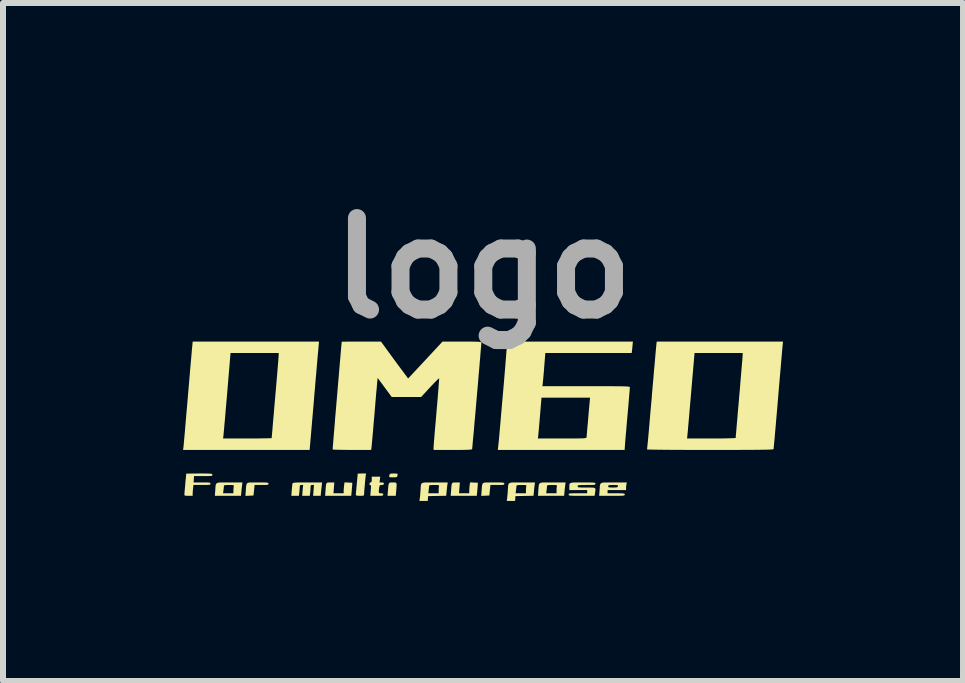
<source format=kicad_pcb>
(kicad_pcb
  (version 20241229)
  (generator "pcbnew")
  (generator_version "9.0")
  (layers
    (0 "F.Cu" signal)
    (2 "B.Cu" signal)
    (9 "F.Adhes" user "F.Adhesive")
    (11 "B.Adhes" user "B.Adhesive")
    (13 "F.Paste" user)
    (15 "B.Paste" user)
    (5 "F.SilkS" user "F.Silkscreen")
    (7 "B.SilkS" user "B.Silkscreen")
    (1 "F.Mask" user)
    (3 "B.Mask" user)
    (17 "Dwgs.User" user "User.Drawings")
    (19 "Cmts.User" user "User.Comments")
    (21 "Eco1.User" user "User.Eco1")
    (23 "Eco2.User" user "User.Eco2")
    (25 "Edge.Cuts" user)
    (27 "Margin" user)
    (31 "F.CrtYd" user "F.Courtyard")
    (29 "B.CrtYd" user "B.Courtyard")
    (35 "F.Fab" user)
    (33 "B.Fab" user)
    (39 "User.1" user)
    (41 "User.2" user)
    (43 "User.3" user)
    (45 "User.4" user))
  (footprint "logo"
    (layer "F.Cu")
    (at 5.002 3.958)
    (property "Reference" "logo" (at 0 -2.54 0) (layer "F.Fab") (effects (font (size 1.524 1.524) (thickness 0.3))))
    (attr board_only exclude_from_pos_files exclude_from_bom)
    (fp_poly (pts (xy -1.461 1.032) (xy -1.45 1.04) (xy -1.444 1.056) (xy -1.444 1.084) (xy -1.447 1.128) (xy -1.451 1.172) (xy -1.458 1.253) (xy -1.595 1.253) (xy -1.588 1.16) (xy -1.583 1.106) (xy -1.579 1.069) (xy -1.572 1.047) (xy -1.561 1.035) (xy -1.544 1.031) (xy -1.518 1.03) (xy -1.507 1.03) (xy -1.48 1.03)) (stroke (width 0) (type solid)) (fill yes) (layer "F.SilkS"))
    (fp_poly (pts (xy -1.453 0.882) (xy -1.433 0.885) (xy -1.426 0.891) (xy -1.427 0.898) (xy -1.433 0.922) (xy -1.434 0.93) (xy -1.439 0.939) (xy -1.457 0.943) (xy -1.493 0.945) (xy -1.504 0.945) (xy -1.541 0.944) (xy -1.562 0.942) (xy -1.569 0.936) (xy -1.567 0.928) (xy -1.562 0.904) (xy -1.561 0.896) (xy -1.556 0.888) (xy -1.537 0.883) (xy -1.502 0.881) (xy -1.491 0.881)) (stroke (width 0) (type solid)) (fill yes) (layer "F.SilkS"))
    (fp_poly (pts (xy -2.247 1.032) (xy -2.182 1.035) (xy -2.184 1.072) (xy -2.186 1.103) (xy -2.19 1.145) (xy -2.193 1.181) (xy -2.2 1.253) (xy -2.635 1.253) (xy -2.628 1.16) (xy -2.624 1.106) (xy -2.62 1.069) (xy -2.613 1.047) (xy -2.602 1.035) (xy -2.584 1.031) (xy -2.557 1.03) (xy -2.546 1.03) (xy -2.482 1.03) (xy -2.489 1.12) (xy -2.496 1.211) (xy -2.326 1.211) (xy -2.326 1.17) (xy -2.324 1.132) (xy -2.32 1.09) (xy -2.319 1.079) (xy -2.312 1.029)) (stroke (width 0) (type solid)) (fill yes) (layer "F.SilkS"))
    (fp_poly (pts (xy -0.155 1.032) (xy -0.09 1.035) (xy -0.092 1.072) (xy -0.094 1.103) (xy -0.098 1.145) (xy -0.101 1.181) (xy -0.108 1.253) (xy -0.543 1.253) (xy -0.536 1.16) (xy -0.532 1.106) (xy -0.528 1.069) (xy -0.521 1.047) (xy -0.51 1.035) (xy -0.492 1.031) (xy -0.466 1.03) (xy -0.454 1.03) (xy -0.39 1.03) (xy -0.397 1.12) (xy -0.404 1.211) (xy -0.234 1.211) (xy -0.234 1.17) (xy -0.232 1.132) (xy -0.228 1.09) (xy -0.227 1.079) (xy -0.22 1.029)) (stroke (width 0) (type solid)) (fill yes) (layer "F.SilkS"))
    (fp_poly (pts (xy -3.761 1.03) (xy -3.758 1.03) (xy -3.693 1.03) (xy -3.645 1.031) (xy -3.613 1.032) (xy -3.594 1.035) (xy -3.583 1.039) (xy -3.579 1.045) (xy -3.579 1.051) (xy -3.58 1.061) (xy -3.586 1.067) (xy -3.602 1.07) (xy -3.63 1.072) (xy -3.674 1.072) (xy -3.694 1.072) (xy -3.81 1.072) (xy -3.819 1.16) (xy -3.828 1.248) (xy -3.895 1.251) (xy -3.963 1.254) (xy -3.956 1.161) (xy -3.953 1.114) (xy -3.949 1.08) (xy -3.943 1.056) (xy -3.931 1.041) (xy -3.91 1.033) (xy -3.876 1.03) (xy -3.828 1.03)) (stroke (width 0) (type solid)) (fill yes) (layer "F.SilkS"))
    (fp_poly (pts (xy 0.168 1.03) (xy 0.171 1.03) (xy 0.236 1.03) (xy 0.284 1.031) (xy 0.316 1.032) (xy 0.335 1.035) (xy 0.346 1.039) (xy 0.35 1.045) (xy 0.35 1.051) (xy 0.349 1.061) (xy 0.343 1.067) (xy 0.327 1.07) (xy 0.299 1.072) (xy 0.255 1.072) (xy 0.235 1.072) (xy 0.119 1.072) (xy 0.11 1.16) (xy 0.101 1.248) (xy 0.034 1.251) (xy -0.034 1.254) (xy -0.027 1.161) (xy -0.024 1.114) (xy -0.02 1.08) (xy -0.014 1.056) (xy -0.002 1.041) (xy 0.019 1.033) (xy 0.053 1.03) (xy 0.101 1.03)) (stroke (width 0) (type solid)) (fill yes) (layer "F.SilkS"))
    (fp_poly (pts (xy -1.959 0.921) (xy -1.963 0.951) (xy -1.967 0.993) (xy -1.972 1.044) (xy -1.976 1.098) (xy -1.981 1.149) (xy -1.984 1.192) (xy -1.985 1.222) (xy -1.986 1.229) (xy -1.987 1.242) (xy -1.995 1.249) (xy -2.014 1.252) (xy -2.049 1.253) (xy -2.055 1.253) (xy -2.096 1.251) (xy -2.118 1.246) (xy -2.124 1.24) (xy -2.123 1.225) (xy -2.12 1.193) (xy -2.116 1.148) (xy -2.111 1.093) (xy -2.108 1.057) (xy -2.102 0.999) (xy -2.098 0.95) (xy -2.094 0.912) (xy -2.092 0.889) (xy -2.092 0.884) (xy -2.082 0.883) (xy -2.057 0.882) (xy -2.023 0.881) (xy -1.954 0.881)) (stroke (width 0) (type solid)) (fill yes) (layer "F.SilkS"))
    (fp_poly (pts (xy -4.295 1.03) (xy -4.23 1.03) (xy -4.012 1.03) (xy -4.018 1.07) (xy -4.022 1.102) (xy -4.027 1.145) (xy -4.03 1.181) (xy -4.037 1.253) (xy -4.472 1.253) (xy -4.469 1.211) (xy -4.335 1.211) (xy -4.163 1.211) (xy -4.163 1.158) (xy -4.161 1.124) (xy -4.158 1.097) (xy -4.156 1.089) (xy -4.156 1.081) (xy -4.164 1.076) (xy -4.186 1.073) (xy -4.225 1.073) (xy -4.236 1.072) (xy -4.279 1.073) (xy -4.304 1.075) (xy -4.317 1.08) (xy -4.322 1.088) (xy -4.322 1.092) (xy -4.323 1.115) (xy -4.327 1.147) (xy -4.329 1.161) (xy -4.335 1.211) (xy -4.469 1.211) (xy -4.465 1.16) (xy -4.463 1.117) (xy -4.46 1.084) (xy -4.455 1.061) (xy -4.444 1.046) (xy -4.426 1.036) (xy -4.397 1.031) (xy -4.354 1.03)) (stroke (width 0) (type solid)) (fill yes) (layer "F.SilkS"))
    (fp_poly (pts (xy 1.088 1.03) (xy 1.154 1.03) (xy 1.372 1.03) (xy 1.366 1.07) (xy 1.362 1.102) (xy 1.357 1.145) (xy 1.354 1.181) (xy 1.347 1.253) (xy 0.911 1.253) (xy 0.915 1.211) (xy 1.048 1.211) (xy 1.221 1.211) (xy 1.221 1.158) (xy 1.222 1.124) (xy 1.226 1.097) (xy 1.228 1.089) (xy 1.228 1.081) (xy 1.219 1.076) (xy 1.198 1.073) (xy 1.159 1.073) (xy 1.148 1.072) (xy 1.105 1.073) (xy 1.079 1.075) (xy 1.066 1.08) (xy 1.062 1.088) (xy 1.062 1.092) (xy 1.06 1.115) (xy 1.057 1.147) (xy 1.055 1.161) (xy 1.048 1.211) (xy 0.915 1.211) (xy 0.918 1.16) (xy 0.921 1.117) (xy 0.924 1.084) (xy 0.929 1.061) (xy 0.939 1.046) (xy 0.958 1.036) (xy 0.987 1.031) (xy 1.03 1.03)) (stroke (width 0) (type solid)) (fill yes) (layer "F.SilkS"))
    (fp_poly (pts (xy -2.691 1.08) (xy -2.696 1.122) (xy -2.701 1.169) (xy -2.703 1.192) (xy -2.709 1.253) (xy -2.835 1.253) (xy -2.828 1.163) (xy -2.821 1.072) (xy -2.85 1.072) (xy -2.868 1.075) (xy -2.876 1.085) (xy -2.878 1.111) (xy -2.878 1.113) (xy -2.879 1.151) (xy -2.883 1.193) (xy -2.884 1.204) (xy -2.891 1.253) (xy -3.017 1.253) (xy -3.01 1.163) (xy -3.002 1.072) (xy -3.03 1.072) (xy -3.05 1.075) (xy -3.057 1.088) (xy -3.058 1.107) (xy -3.06 1.138) (xy -3.063 1.178) (xy -3.065 1.197) (xy -3.072 1.253) (xy -3.198 1.253) (xy -3.191 1.16) (xy -3.187 1.116) (xy -3.183 1.078) (xy -3.18 1.053) (xy -3.179 1.049) (xy -3.176 1.043) (xy -3.168 1.038) (xy -3.154 1.035) (xy -3.13 1.033) (xy -3.094 1.031) (xy -3.044 1.03) (xy -2.976 1.03) (xy -2.93 1.03) (xy -2.686 1.03)) (stroke (width 0) (type solid)) (fill yes) (layer "F.SilkS"))
    (fp_poly (pts (xy -1.728 1.03) (xy -1.692 1.03) (xy -1.667 1.033) (xy -1.657 1.043) (xy -1.657 1.051) (xy -1.661 1.066) (xy -1.678 1.072) (xy -1.692 1.072) (xy -1.714 1.074) (xy -1.726 1.082) (xy -1.732 1.101) (xy -1.735 1.122) (xy -1.74 1.165) (xy -1.741 1.191) (xy -1.736 1.205) (xy -1.723 1.21) (xy -1.704 1.211) (xy -1.679 1.213) (xy -1.668 1.222) (xy -1.667 1.232) (xy -1.669 1.241) (xy -1.675 1.248) (xy -1.692 1.251) (xy -1.721 1.253) (xy -1.767 1.253) (xy -1.775 1.253) (xy -1.882 1.253) (xy -1.875 1.163) (xy -1.871 1.119) (xy -1.871 1.092) (xy -1.874 1.078) (xy -1.88 1.073) (xy -1.885 1.072) (xy -1.898 1.067) (xy -1.897 1.056) (xy -1.891 1.039) (xy -1.89 1.034) (xy -1.881 1.031) (xy -1.874 1.03) (xy -1.864 1.024) (xy -1.859 1.002) (xy -1.858 0.982) (xy -1.858 0.934) (xy -1.717 0.934)) (stroke (width 0) (type solid)) (fill yes) (layer "F.SilkS"))
    (fp_poly (pts (xy -0.876 1.03) (xy -0.811 1.03) (xy -0.593 1.03) (xy -0.598 1.07) (xy -0.603 1.102) (xy -0.607 1.145) (xy -0.611 1.181) (xy -0.618 1.252) (xy -0.768 1.255) (xy -0.919 1.258) (xy -0.922 1.298) (xy -0.925 1.338) (xy -1.064 1.338) (xy -1.058 1.298) (xy -1.054 1.269) (xy -1.05 1.227) (xy -1.049 1.211) (xy -0.916 1.211) (xy -0.743 1.211) (xy -0.743 1.158) (xy -0.742 1.124) (xy -0.739 1.097) (xy -0.737 1.089) (xy -0.736 1.081) (xy -0.745 1.076) (xy -0.767 1.073) (xy -0.805 1.073) (xy -0.817 1.072) (xy -0.859 1.073) (xy -0.885 1.075) (xy -0.898 1.08) (xy -0.902 1.088) (xy -0.903 1.092) (xy -0.904 1.115) (xy -0.908 1.147) (xy -0.909 1.161) (xy -0.916 1.211) (xy -1.049 1.211) (xy -1.047 1.178) (xy -1.045 1.163) (xy -1.043 1.119) (xy -1.041 1.086) (xy -1.036 1.062) (xy -1.025 1.046) (xy -1.007 1.036) (xy -0.978 1.031) (xy -0.935 1.03)) (stroke (width 0) (type solid)) (fill yes) (layer "F.SilkS"))
    (fp_poly (pts (xy 0.578 1.03) (xy 0.644 1.03) (xy 0.862 1.03) (xy 0.856 1.07) (xy 0.852 1.102) (xy 0.847 1.145) (xy 0.844 1.181) (xy 0.837 1.252) (xy 0.687 1.255) (xy 0.536 1.258) (xy 0.533 1.298) (xy 0.53 1.338) (xy 0.391 1.338) (xy 0.397 1.298) (xy 0.4 1.269) (xy 0.404 1.227) (xy 0.406 1.211) (xy 0.539 1.211) (xy 0.711 1.211) (xy 0.711 1.158) (xy 0.713 1.124) (xy 0.716 1.097) (xy 0.718 1.089) (xy 0.718 1.081) (xy 0.71 1.076) (xy 0.688 1.073) (xy 0.649 1.073) (xy 0.638 1.072) (xy 0.595 1.073) (xy 0.57 1.075) (xy 0.557 1.08) (xy 0.552 1.088) (xy 0.552 1.092) (xy 0.551 1.115) (xy 0.547 1.147) (xy 0.545 1.161) (xy 0.539 1.211) (xy 0.406 1.211) (xy 0.408 1.178) (xy 0.409 1.163) (xy 0.412 1.119) (xy 0.414 1.086) (xy 0.419 1.062) (xy 0.429 1.046) (xy 0.448 1.036) (xy 0.477 1.031) (xy 0.52 1.03)) (stroke (width 0) (type solid)) (fill yes) (layer "F.SilkS"))
    (fp_poly (pts (xy -4.657 0.881) (xy -4.603 0.882) (xy -4.564 0.883) (xy -4.538 0.885) (xy -4.523 0.888) (xy -4.516 0.892) (xy -4.513 0.898) (xy -4.513 0.903) (xy -4.514 0.911) (xy -4.519 0.917) (xy -4.532 0.92) (xy -4.556 0.923) (xy -4.594 0.924) (xy -4.648 0.924) (xy -4.666 0.924) (xy -4.819 0.924) (xy -4.823 0.977) (xy -4.826 1.03) (xy -4.686 1.03) (xy -4.629 1.03) (xy -4.589 1.031) (xy -4.565 1.033) (xy -4.551 1.037) (xy -4.546 1.043) (xy -4.545 1.051) (xy -4.546 1.06) (xy -4.552 1.066) (xy -4.565 1.069) (xy -4.59 1.071) (xy -4.629 1.072) (xy -4.686 1.072) (xy -4.829 1.072) (xy -4.835 1.128) (xy -4.839 1.168) (xy -4.842 1.205) (xy -4.842 1.218) (xy -4.842 1.253) (xy -4.911 1.253) (xy -4.949 1.252) (xy -4.97 1.249) (xy -4.979 1.242) (xy -4.98 1.234) (xy -4.979 1.22) (xy -4.977 1.189) (xy -4.973 1.146) (xy -4.968 1.095) (xy -4.964 1.042) (xy -4.959 0.989) (xy -4.954 0.942) (xy -4.951 0.905) (xy -4.949 0.884) (xy -4.938 0.883) (xy -4.91 0.883) (xy -4.867 0.882) (xy -4.812 0.882) (xy -4.748 0.881) (xy -4.731 0.881)) (stroke (width 0) (type solid)) (fill yes) (layer "F.SilkS"))
    (fp_poly (pts (xy 2.108 1.03) (xy 2.174 1.03) (xy 2.392 1.03) (xy 2.385 1.063) (xy 2.38 1.098) (xy 2.379 1.127) (xy 2.379 1.157) (xy 2.071 1.157) (xy 2.071 1.211) (xy 2.214 1.211) (xy 2.272 1.211) (xy 2.311 1.212) (xy 2.336 1.214) (xy 2.35 1.217) (xy 2.356 1.223) (xy 2.357 1.231) (xy 2.357 1.232) (xy 2.357 1.239) (xy 2.352 1.244) (xy 2.342 1.248) (xy 2.322 1.251) (xy 2.291 1.252) (xy 2.245 1.253) (xy 2.183 1.253) (xy 2.144 1.253) (xy 1.931 1.253) (xy 1.938 1.16) (xy 1.941 1.117) (xy 1.942 1.094) (xy 2.081 1.094) (xy 2.083 1.105) (xy 2.092 1.111) (xy 2.112 1.114) (xy 2.147 1.115) (xy 2.16 1.115) (xy 2.2 1.114) (xy 2.225 1.112) (xy 2.238 1.106) (xy 2.243 1.095) (xy 2.244 1.094) (xy 2.245 1.083) (xy 2.239 1.077) (xy 2.223 1.074) (xy 2.191 1.073) (xy 2.165 1.072) (xy 2.123 1.073) (xy 2.098 1.075) (xy 2.086 1.08) (xy 2.082 1.088) (xy 2.081 1.094) (xy 1.942 1.094) (xy 1.943 1.084) (xy 1.948 1.061) (xy 1.959 1.046) (xy 1.977 1.036) (xy 2.006 1.031) (xy 2.049 1.03)) (stroke (width 0) (type solid)) (fill yes) (layer "F.SilkS"))
    (fp_poly (pts (xy 1.658 1.03) (xy 1.73 1.03) (xy 1.783 1.031) (xy 1.821 1.032) (xy 1.845 1.034) (xy 1.86 1.037) (xy 1.867 1.041) (xy 1.869 1.048) (xy 1.869 1.051) (xy 1.868 1.06) (xy 1.862 1.065) (xy 1.849 1.069) (xy 1.825 1.071) (xy 1.787 1.072) (xy 1.731 1.072) (xy 1.72 1.072) (xy 1.661 1.073) (xy 1.621 1.073) (xy 1.594 1.075) (xy 1.58 1.079) (xy 1.573 1.084) (xy 1.572 1.092) (xy 1.572 1.094) (xy 1.573 1.102) (xy 1.578 1.108) (xy 1.591 1.112) (xy 1.615 1.114) (xy 1.654 1.115) (xy 1.709 1.115) (xy 1.72 1.115) (xy 1.781 1.115) (xy 1.823 1.116) (xy 1.849 1.119) (xy 1.864 1.128) (xy 1.869 1.142) (xy 1.868 1.166) (xy 1.863 1.199) (xy 1.862 1.204) (xy 1.855 1.253) (xy 1.639 1.253) (xy 1.566 1.253) (xy 1.512 1.253) (xy 1.473 1.251) (xy 1.448 1.25) (xy 1.433 1.247) (xy 1.426 1.242) (xy 1.423 1.236) (xy 1.423 1.232) (xy 1.424 1.223) (xy 1.429 1.218) (xy 1.442 1.214) (xy 1.466 1.212) (xy 1.503 1.211) (xy 1.558 1.211) (xy 1.577 1.211) (xy 1.731 1.211) (xy 1.731 1.157) (xy 1.434 1.157) (xy 1.434 1.118) (xy 1.434 1.088) (xy 1.435 1.067) (xy 1.44 1.051) (xy 1.453 1.041) (xy 1.474 1.034) (xy 1.508 1.031) (xy 1.556 1.03) (xy 1.622 1.03)) (stroke (width 0) (type solid)) (fill yes) (layer "F.SilkS"))
    (fp_poly (pts (xy -2.742 -1.261) (xy -2.744 -1.242) (xy -2.747 -1.203) (xy -2.752 -1.147) (xy -2.759 -1.074) (xy -2.766 -0.988) (xy -2.775 -0.889) (xy -2.784 -0.779) (xy -2.795 -0.66) (xy -2.805 -0.533) (xy -2.817 -0.401) (xy -2.82 -0.358) (xy -2.893 0.488) (xy -5.002 0.488) (xy -4.996 0.449) (xy -4.994 0.432) (xy -4.991 0.396) (xy -4.986 0.342) (xy -4.982 0.297) (xy -4.335 0.297) (xy -3.93 0.297) (xy -3.84 0.297) (xy -3.757 0.297) (xy -3.683 0.296) (xy -3.62 0.295) (xy -3.572 0.294) (xy -3.539 0.293) (xy -3.526 0.292) (xy -3.525 0.292) (xy -3.525 0.28) (xy -3.522 0.25) (xy -3.518 0.201) (xy -3.512 0.137) (xy -3.506 0.059) (xy -3.498 -0.031) (xy -3.489 -0.131) (xy -3.48 -0.241) (xy -3.47 -0.357) (xy -3.467 -0.389) (xy -3.457 -0.507) (xy -3.447 -0.62) (xy -3.438 -0.725) (xy -3.43 -0.821) (xy -3.423 -0.906) (xy -3.417 -0.977) (xy -3.413 -1.033) (xy -3.41 -1.072) (xy -3.409 -1.093) (xy -3.409 -1.095) (xy -3.409 -1.126) (xy -4.211 -1.126) (xy -4.267 -0.459) (xy -4.277 -0.341) (xy -4.287 -0.228) (xy -4.296 -0.123) (xy -4.304 -0.026) (xy -4.312 0.059) (xy -4.318 0.132) (xy -4.324 0.189) (xy -4.327 0.229) (xy -4.329 0.251) (xy -4.33 0.252) (xy -4.335 0.297) (xy -4.982 0.297) (xy -4.98 0.272) (xy -4.972 0.188) (xy -4.964 0.091) (xy -4.955 -0.016) (xy -4.945 -0.133) (xy -4.934 -0.257) (xy -4.923 -0.386) (xy -4.922 -0.398) (xy -4.911 -0.529) (xy -4.9 -0.654) (xy -4.89 -0.772) (xy -4.881 -0.882) (xy -4.872 -0.981) (xy -4.864 -1.069) (xy -4.858 -1.142) (xy -4.853 -1.199) (xy -4.849 -1.239) (xy -4.847 -1.26) (xy -4.847 -1.261) (xy -4.841 -1.317) (xy -2.737 -1.317)) (stroke (width 0) (type solid)) (fill yes) (layer "F.SilkS"))
    (fp_poly (pts (xy 2.488 -1.266) (xy 2.484 -1.224) (xy 2.48 -1.18) (xy 2.478 -1.171) (xy 2.473 -1.126) (xy 1.034 -1.126) (xy 1.015 -0.895) (xy 1.01 -0.824) (xy 1.004 -0.757) (xy 0.999 -0.699) (xy 0.994 -0.654) (xy 0.991 -0.624) (xy 0.991 -0.619) (xy 0.985 -0.573) (xy 1.713 -0.573) (xy 1.856 -0.573) (xy 1.978 -0.573) (xy 2.082 -0.573) (xy 2.169 -0.573) (xy 2.241 -0.572) (xy 2.3 -0.572) (xy 2.345 -0.571) (xy 2.38 -0.569) (xy 2.405 -0.568) (xy 2.423 -0.566) (xy 2.434 -0.563) (xy 2.44 -0.56) (xy 2.442 -0.557) (xy 2.442 -0.554) (xy 2.441 -0.54) (xy 2.439 -0.506) (xy 2.435 -0.457) (xy 2.429 -0.393) (xy 2.423 -0.318) (xy 2.416 -0.234) (xy 2.408 -0.143) (xy 2.406 -0.121) (xy 2.397 -0.025) (xy 2.389 0.068) (xy 2.382 0.156) (xy 2.375 0.235) (xy 2.369 0.302) (xy 2.365 0.354) (xy 2.362 0.389) (xy 2.362 0.39) (xy 2.355 0.488) (xy 0.242 0.488) (xy 0.248 0.438) (xy 0.251 0.411) (xy 0.256 0.364) (xy 0.262 0.301) (xy 0.262 0.297) (xy 0.91 0.297) (xy 1.315 0.297) (xy 1.419 0.297) (xy 1.503 0.297) (xy 1.57 0.297) (xy 1.622 0.296) (xy 1.66 0.295) (xy 1.687 0.293) (xy 1.705 0.29) (xy 1.715 0.287) (xy 1.72 0.283) (xy 1.721 0.279) (xy 1.722 0.264) (xy 1.725 0.23) (xy 1.729 0.182) (xy 1.734 0.12) (xy 1.741 0.048) (xy 1.748 -0.031) (xy 1.75 -0.061) (xy 1.779 -0.382) (xy 0.97 -0.382) (xy 0.946 -0.093) (xy 0.939 -0.014) (xy 0.933 0.061) (xy 0.927 0.128) (xy 0.922 0.183) (xy 0.918 0.224) (xy 0.916 0.247) (xy 0.91 0.297) (xy 0.262 0.297) (xy 0.269 0.223) (xy 0.277 0.133) (xy 0.286 0.033) (xy 0.295 -0.075) (xy 0.305 -0.19) (xy 0.315 -0.307) (xy 0.326 -0.426) (xy 0.336 -0.545) (xy 0.346 -0.66) (xy 0.355 -0.77) (xy 0.364 -0.873) (xy 0.371 -0.966) (xy 0.378 -1.047) (xy 0.383 -1.114) (xy 0.387 -1.165) (xy 0.388 -1.173) (xy 0.392 -1.218) (xy 0.396 -1.258) (xy 0.399 -1.285) (xy 0.4 -1.288) (xy 0.405 -1.317) (xy 2.493 -1.317)) (stroke (width 0) (type solid)) (fill yes) (layer "F.SilkS"))
    (fp_poly (pts (xy 4.988 -1.256) (xy 4.986 -1.235) (xy 4.982 -1.196) (xy 4.977 -1.139) (xy 4.971 -1.066) (xy 4.963 -0.978) (xy 4.955 -0.879) (xy 4.945 -0.769) (xy 4.935 -0.65) (xy 4.924 -0.524) (xy 4.913 -0.392) (xy 4.911 -0.366) (xy 4.9 -0.236) (xy 4.889 -0.111) (xy 4.879 0.006) (xy 4.87 0.114) (xy 4.861 0.211) (xy 4.854 0.295) (xy 4.847 0.365) (xy 4.842 0.419) (xy 4.839 0.456) (xy 4.837 0.474) (xy 4.836 0.475) (xy 4.832 0.477) (xy 4.818 0.479) (xy 4.795 0.481) (xy 4.762 0.483) (xy 4.717 0.484) (xy 4.659 0.485) (xy 4.587 0.486) (xy 4.5 0.487) (xy 4.397 0.487) (xy 4.278 0.488) (xy 4.141 0.488) (xy 3.984 0.488) (xy 3.808 0.488) (xy 3.781 0.488) (xy 3.633 0.488) (xy 3.492 0.488) (xy 3.358 0.488) (xy 3.233 0.487) (xy 3.119 0.487) (xy 3.017 0.486) (xy 2.928 0.485) (xy 2.853 0.484) (xy 2.795 0.483) (xy 2.754 0.482) (xy 2.733 0.481) (xy 2.729 0.48) (xy 2.73 0.467) (xy 2.733 0.438) (xy 2.737 0.398) (xy 2.739 0.377) (xy 2.742 0.35) (xy 2.746 0.305) (xy 2.747 0.297) (xy 3.395 0.297) (xy 3.8 0.297) (xy 3.89 0.297) (xy 3.974 0.297) (xy 4.048 0.296) (xy 4.11 0.294) (xy 4.159 0.293) (xy 4.191 0.291) (xy 4.205 0.289) (xy 4.205 0.289) (xy 4.206 0.277) (xy 4.208 0.246) (xy 4.213 0.198) (xy 4.218 0.133) (xy 4.225 0.055) (xy 4.233 -0.036) (xy 4.241 -0.136) (xy 4.251 -0.246) (xy 4.261 -0.362) (xy 4.263 -0.393) (xy 4.274 -0.511) (xy 4.283 -0.624) (xy 4.292 -0.729) (xy 4.3 -0.824) (xy 4.307 -0.908) (xy 4.313 -0.979) (xy 4.318 -1.035) (xy 4.32 -1.074) (xy 4.322 -1.094) (xy 4.322 -1.096) (xy 4.322 -1.126) (xy 3.52 -1.126) (xy 3.463 -0.465) (xy 3.453 -0.347) (xy 3.443 -0.234) (xy 3.434 -0.128) (xy 3.426 -0.032) (xy 3.418 0.054) (xy 3.412 0.126) (xy 3.407 0.184) (xy 3.403 0.224) (xy 3.401 0.246) (xy 3.401 0.247) (xy 3.395 0.297) (xy 2.747 0.297) (xy 2.752 0.242) (xy 2.759 0.163) (xy 2.767 0.072) (xy 2.776 -0.031) (xy 2.785 -0.143) (xy 2.796 -0.262) (xy 2.807 -0.386) (xy 2.813 -0.467) (xy 2.824 -0.593) (xy 2.835 -0.713) (xy 2.844 -0.826) (xy 2.854 -0.93) (xy 2.862 -1.024) (xy 2.869 -1.105) (xy 2.875 -1.172) (xy 2.88 -1.223) (xy 2.883 -1.255) (xy 2.884 -1.266) (xy 2.89 -1.317) (xy 4.994 -1.317)) (stroke (width 0) (type solid)) (fill yes) (layer "F.SilkS"))
    (fp_poly (pts (xy -0.26 -1.317) (xy -0.183 -1.316) (xy -0.125 -1.315) (xy -0.082 -1.313) (xy -0.054 -1.311) (xy -0.038 -1.308) (xy -0.032 -1.304) (xy -0.032 -1.303) (xy -0.033 -1.289) (xy -0.035 -1.256) (xy -0.039 -1.205) (xy -0.045 -1.139) (xy -0.051 -1.06) (xy -0.059 -0.97) (xy -0.067 -0.87) (xy -0.077 -0.763) (xy -0.086 -0.649) (xy -0.096 -0.532) (xy -0.107 -0.413) (xy -0.117 -0.294) (xy -0.127 -0.177) (xy -0.137 -0.064) (xy -0.147 0.043) (xy -0.155 0.143) (xy -0.163 0.233) (xy -0.171 0.312) (xy -0.177 0.378) (xy -0.181 0.428) (xy -0.184 0.461) (xy -0.186 0.475) (xy -0.186 0.475) (xy -0.192 0.479) (xy -0.209 0.482) (xy -0.238 0.485) (xy -0.281 0.486) (xy -0.34 0.488) (xy -0.417 0.488) (xy -0.509 0.488) (xy -0.828 0.488) (xy -0.828 0.452) (xy -0.827 0.434) (xy -0.825 0.398) (xy -0.821 0.344) (xy -0.815 0.276) (xy -0.809 0.196) (xy -0.801 0.104) (xy -0.792 0.005) (xy -0.783 -0.101) (xy -0.78 -0.139) (xy -0.771 -0.245) (xy -0.762 -0.346) (xy -0.755 -0.437) (xy -0.748 -0.519) (xy -0.743 -0.588) (xy -0.739 -0.643) (xy -0.736 -0.681) (xy -0.735 -0.701) (xy -0.735 -0.704) (xy -0.743 -0.7) (xy -0.763 -0.682) (xy -0.793 -0.653) (xy -0.831 -0.614) (xy -0.874 -0.568) (xy -0.887 -0.554) (xy -1.035 -0.394) (xy -1.28 -0.393) (xy -1.525 -0.393) (xy -1.76 -0.712) (xy -1.766 -0.651) (xy -1.769 -0.628) (xy -1.772 -0.586) (xy -1.777 -0.528) (xy -1.784 -0.456) (xy -1.791 -0.372) (xy -1.799 -0.279) (xy -1.807 -0.179) (xy -1.816 -0.074) (xy -1.825 0.029) (xy -1.833 0.126) (xy -1.841 0.215) (xy -1.848 0.294) (xy -1.854 0.361) (xy -1.859 0.413) (xy -1.862 0.448) (xy -1.864 0.464) (xy -1.864 0.465) (xy -1.869 0.488) (xy -2.187 0.488) (xy -2.267 0.488) (xy -2.34 0.487) (xy -2.403 0.486) (xy -2.454 0.485) (xy -2.489 0.483) (xy -2.508 0.481) (xy -2.509 0.48) (xy -2.509 0.469) (xy -2.507 0.439) (xy -2.503 0.392) (xy -2.498 0.328) (xy -2.492 0.252) (xy -2.484 0.163) (xy -2.476 0.065) (xy -2.468 -0.042) (xy -2.458 -0.154) (xy -2.448 -0.271) (xy -2.438 -0.39) (xy -2.428 -0.509) (xy -2.418 -0.627) (xy -2.408 -0.742) (xy -2.399 -0.851) (xy -2.39 -0.954) (xy -2.382 -1.047) (xy -2.375 -1.13) (xy -2.369 -1.2) (xy -2.364 -1.255) (xy -2.36 -1.293) (xy -2.358 -1.314) (xy -2.358 -1.314) (xy -2.347 -1.315) (xy -2.318 -1.315) (xy -2.273 -1.316) (xy -2.215 -1.316) (xy -2.145 -1.316) (xy -2.067 -1.316) (xy -2.031 -1.316) (xy -1.704 -1.316) (xy -1.582 -1.149) (xy -1.535 -1.084) (xy -1.482 -1.012) (xy -1.43 -0.941) (xy -1.382 -0.876) (xy -1.356 -0.842) (xy -1.252 -0.702) (xy -0.965 -1.009) (xy -0.679 -1.317) (xy -0.355 -1.317)) (stroke (width 0) (type solid)) (fill yes) (layer "F.SilkS")))
  (gr_rect
    (start -3 -3)
    (end 12.995 8.296)
    (stroke (width 0.1) (type default))
    (fill no)
    (layer "Edge.Cuts")))
</source>
